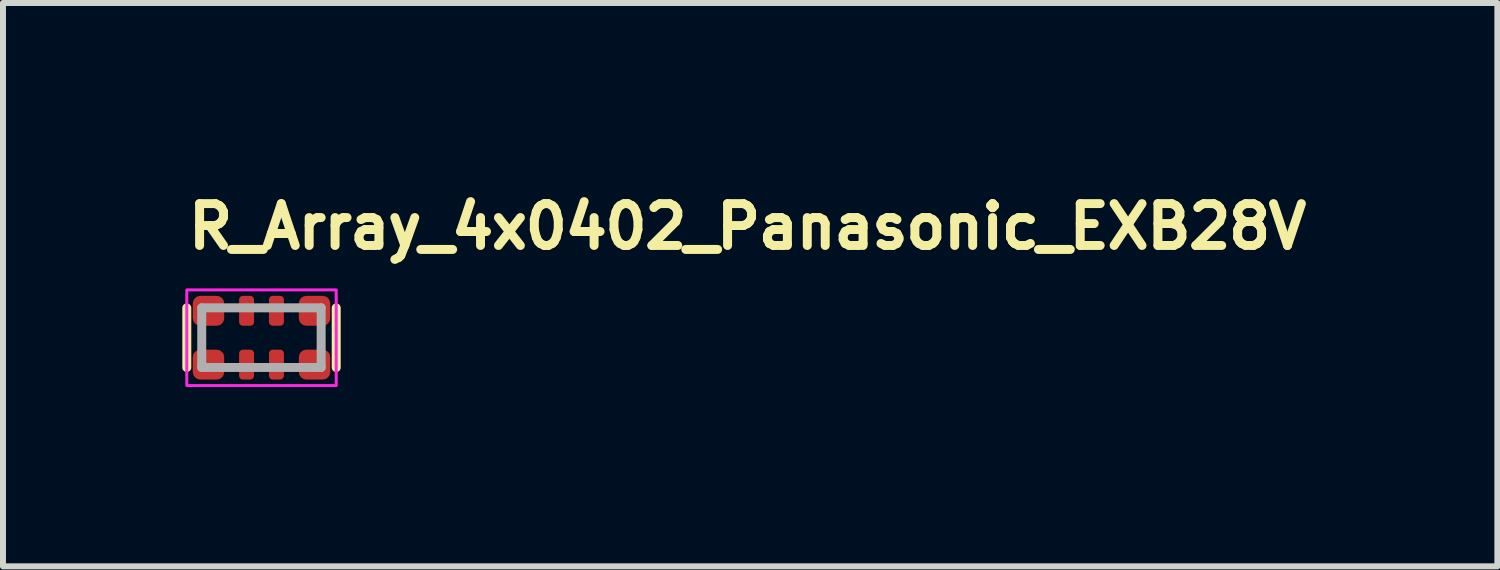
<source format=kicad_pcb>
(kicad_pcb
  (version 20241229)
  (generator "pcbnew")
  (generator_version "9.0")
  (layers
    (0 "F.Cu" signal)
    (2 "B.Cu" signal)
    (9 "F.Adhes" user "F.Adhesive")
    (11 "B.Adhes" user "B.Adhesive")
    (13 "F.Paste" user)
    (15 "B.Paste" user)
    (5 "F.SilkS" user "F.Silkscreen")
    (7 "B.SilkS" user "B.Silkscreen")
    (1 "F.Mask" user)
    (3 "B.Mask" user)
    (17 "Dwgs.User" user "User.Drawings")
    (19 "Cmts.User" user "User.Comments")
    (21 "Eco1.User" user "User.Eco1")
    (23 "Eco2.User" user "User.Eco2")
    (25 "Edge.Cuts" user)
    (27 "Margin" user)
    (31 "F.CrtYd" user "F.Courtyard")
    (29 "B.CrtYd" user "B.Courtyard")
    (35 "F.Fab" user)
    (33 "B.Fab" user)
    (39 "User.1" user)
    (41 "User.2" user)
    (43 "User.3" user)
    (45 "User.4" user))
  (footprint "R_Array_4x0402_Panasonic_EXB28V"
    (layer "F.Cu")
    (at 1.325 2.6)
    (property "Reference" "R_Array_4x0402_Panasonic_EXB28V" (at -1.301 -1.45 0) (layer "F.SilkS") (effects (font (size 0.7 0.7) (thickness 0.15)) (justify left bottom)))
    (attr smd)
    (fp_line (start -1.25 -0.5) (end -1.25 0.498) (stroke (width 0.15) (type solid)) (layer "F.SilkS"))
    (fp_line (start 1.25 0.499) (end 1.25 -0.499) (stroke (width 0.15) (type solid)) (layer "F.SilkS"))
    (fp_rect (start -1.25 -0.8) (end 1.25 0.8) (stroke (width 0.05) (type solid)) (fill no) (layer "F.CrtYd"))
    (fp_line (start -1 -0.5) (end 0.998 -0.5) (stroke (width 0.15) (type solid)) (layer "F.Fab"))
    (fp_line (start -1 0.498) (end -1 -0.5) (stroke (width 0.15) (type solid)) (layer "F.Fab"))
    (fp_line (start 0.998 -0.5) (end 0.998 0.498) (stroke (width 0.15) (type solid)) (layer "F.Fab"))
    (fp_line (start 0.998 0.498) (end -1 0.498) (stroke (width 0.15) (type solid)) (layer "F.Fab"))
    (fp_rect (start -1 -0.5) (end 0.998 0.498) (stroke (width 0.1) (type solid)) (fill no) (layer "User.5"))
    (fp_line (start -1 -0.5) (end -1 -0.295) (stroke (width 0.02) (type solid)) (layer "User.9"))
    (fp_line (start -1 -0.295) (end -1 -0.202) (stroke (width 0.02) (type solid)) (layer "User.9"))
    (fp_line (start -1 0.2) (end -1 0.293) (stroke (width 0.02) (type solid)) (layer "User.9"))
    (fp_line (start -1 0.293) (end -1 0.498) (stroke (width 0.02) (type solid)) (layer "User.9"))
    (fp_line (start -0.995 -0.295) (end -0.995 0.293) (stroke (width 0.02) (type solid)) (layer "User.9"))
    (fp_line (start -0.995 -0.202) (end -1 -0.202) (stroke (width 0.02) (type solid)) (layer "User.9"))
    (fp_line (start -0.995 0.2) (end -1 0.2) (stroke (width 0.02) (type solid)) (layer "User.9"))
    (fp_line (start -0.99 -0.295) (end -1 -0.295) (stroke (width 0.02) (type solid)) (layer "User.9"))
    (fp_line (start -0.99 -0.295) (end -0.99 0.293) (stroke (width 0.02) (type solid)) (layer "User.9"))
    (fp_line (start -0.99 0.293) (end -1 0.293) (stroke (width 0.02) (type solid)) (layer "User.9"))
    (fp_line (start -0.99 0.293) (end -0.6 0.293) (stroke (width 0.02) (type solid)) (layer "User.9"))
    (fp_line (start -0.982 -0.288) (end -0.99 -0.295) (stroke (width 0.02) (type solid)) (layer "User.9"))
    (fp_line (start -0.982 -0.288) (end -0.982 0.286) (stroke (width 0.02) (type solid)) (layer "User.9"))
    (fp_line (start -0.982 0.286) (end -0.99 0.293) (stroke (width 0.02) (type solid)) (layer "User.9"))
    (fp_line (start -0.982 0.286) (end 0.98 0.286) (stroke (width 0.02) (type solid)) (layer "User.9"))
    (fp_line (start -0.6 -0.5) (end -1 -0.5) (stroke (width 0.02) (type solid)) (layer "User.9"))
    (fp_line (start -0.6 -0.5) (end -0.6 -0.295) (stroke (width 0.02) (type solid)) (layer "User.9"))
    (fp_line (start -0.6 -0.295) (end -0.99 -0.295) (stroke (width 0.02) (type solid)) (layer "User.9"))
    (fp_line (start -0.6 0.293) (end -0.6 0.498) (stroke (width 0.02) (type solid)) (layer "User.9"))
    (fp_line (start -0.6 0.293) (end -0.402 0.293) (stroke (width 0.02) (type solid)) (layer "User.9"))
    (fp_line (start -0.6 0.298) (end -0.402 0.298) (stroke (width 0.02) (type solid)) (layer "User.9"))
    (fp_line (start -0.6 0.498) (end -1 0.498) (stroke (width 0.02) (type solid)) (layer "User.9"))
    (fp_line (start -0.402 -0.5) (end -0.402 -0.295) (stroke (width 0.02) (type solid)) (layer "User.9"))
    (fp_line (start -0.402 -0.3) (end -0.6 -0.3) (stroke (width 0.02) (type solid)) (layer "User.9"))
    (fp_line (start -0.402 -0.295) (end -0.6 -0.295) (stroke (width 0.02) (type solid)) (layer "User.9"))
    (fp_line (start -0.402 0.293) (end -0.402 0.498) (stroke (width 0.02) (type solid)) (layer "User.9"))
    (fp_line (start -0.102 -0.5) (end -0.402 -0.5) (stroke (width 0.02) (type solid)) (layer "User.9"))
    (fp_line (start -0.102 -0.5) (end -0.102 -0.295) (stroke (width 0.02) (type solid)) (layer "User.9"))
    (fp_line (start -0.102 -0.295) (end -0.402 -0.295) (stroke (width 0.02) (type solid)) (layer "User.9"))
    (fp_line (start -0.102 0.293) (end -0.402 0.293) (stroke (width 0.02) (type solid)) (layer "User.9"))
    (fp_line (start -0.102 0.293) (end -0.102 0.498) (stroke (width 0.02) (type solid)) (layer "User.9"))
    (fp_line (start -0.102 0.293) (end 0.1 0.293) (stroke (width 0.02) (type solid)) (layer "User.9"))
    (fp_line (start -0.102 0.298) (end 0.1 0.298) (stroke (width 0.02) (type solid)) (layer "User.9"))
    (fp_line (start -0.102 0.498) (end -0.402 0.498) (stroke (width 0.02) (type solid)) (layer "User.9"))
    (fp_line (start 0.1 -0.5) (end 0.1 -0.295) (stroke (width 0.02) (type solid)) (layer "User.9"))
    (fp_line (start 0.1 -0.3) (end -0.102 -0.3) (stroke (width 0.02) (type solid)) (layer "User.9"))
    (fp_line (start 0.1 -0.295) (end -0.102 -0.295) (stroke (width 0.02) (type solid)) (layer "User.9"))
    (fp_line (start 0.1 0.293) (end 0.1 0.498) (stroke (width 0.02) (type solid)) (layer "User.9"))
    (fp_line (start 0.4 -0.5) (end 0.1 -0.5) (stroke (width 0.02) (type solid)) (layer "User.9"))
    (fp_line (start 0.4 -0.5) (end 0.4 -0.295) (stroke (width 0.02) (type solid)) (layer "User.9"))
    (fp_line (start 0.4 -0.295) (end 0.1 -0.295) (stroke (width 0.02) (type solid)) (layer "User.9"))
    (fp_line (start 0.4 0.293) (end 0.1 0.293) (stroke (width 0.02) (type solid)) (layer "User.9"))
    (fp_line (start 0.4 0.293) (end 0.4 0.498) (stroke (width 0.02) (type solid)) (layer "User.9"))
    (fp_line (start 0.4 0.293) (end 0.598 0.293) (stroke (width 0.02) (type solid)) (layer "User.9"))
    (fp_line (start 0.4 0.298) (end 0.598 0.298) (stroke (width 0.02) (type solid)) (layer "User.9"))
    (fp_line (start 0.4 0.498) (end 0.1 0.498) (stroke (width 0.02) (type solid)) (layer "User.9"))
    (fp_line (start 0.598 -0.5) (end 0.598 -0.295) (stroke (width 0.02) (type solid)) (layer "User.9"))
    (fp_line (start 0.598 -0.5) (end 0.998 -0.5) (stroke (width 0.02) (type solid)) (layer "User.9"))
    (fp_line (start 0.598 -0.3) (end 0.4 -0.3) (stroke (width 0.02) (type solid)) (layer "User.9"))
    (fp_line (start 0.598 -0.295) (end 0.4 -0.295) (stroke (width 0.02) (type solid)) (layer "User.9"))
    (fp_line (start 0.598 0.293) (end 0.598 0.498) (stroke (width 0.02) (type solid)) (layer "User.9"))
    (fp_line (start 0.598 0.293) (end 0.988 0.293) (stroke (width 0.02) (type solid)) (layer "User.9"))
    (fp_line (start 0.598 0.498) (end 0.998 0.498) (stroke (width 0.02) (type solid)) (layer "User.9"))
    (fp_line (start 0.98 -0.288) (end -0.982 -0.288) (stroke (width 0.02) (type solid)) (layer "User.9"))
    (fp_line (start 0.98 -0.288) (end 0.988 -0.295) (stroke (width 0.02) (type solid)) (layer "User.9"))
    (fp_line (start 0.98 0.286) (end 0.98 -0.288) (stroke (width 0.02) (type solid)) (layer "User.9"))
    (fp_line (start 0.98 0.286) (end 0.988 0.293) (stroke (width 0.02) (type solid)) (layer "User.9"))
    (fp_line (start 0.988 -0.295) (end 0.598 -0.295) (stroke (width 0.02) (type solid)) (layer "User.9"))
    (fp_line (start 0.988 -0.295) (end 0.998 -0.295) (stroke (width 0.02) (type solid)) (layer "User.9"))
    (fp_line (start 0.988 0.293) (end 0.988 -0.295) (stroke (width 0.02) (type solid)) (layer "User.9"))
    (fp_line (start 0.988 0.293) (end 0.998 0.293) (stroke (width 0.02) (type solid)) (layer "User.9"))
    (fp_line (start 0.993 -0.202) (end 0.998 -0.202) (stroke (width 0.02) (type solid)) (layer "User.9"))
    (fp_line (start 0.993 0.2) (end 0.998 0.2) (stroke (width 0.02) (type solid)) (layer "User.9"))
    (fp_line (start 0.993 0.293) (end 0.993 -0.295) (stroke (width 0.02) (type solid)) (layer "User.9"))
    (fp_line (start 0.998 -0.5) (end 0.998 -0.295) (stroke (width 0.02) (type solid)) (layer "User.9"))
    (fp_line (start 0.998 -0.295) (end 0.998 -0.202) (stroke (width 0.02) (type solid)) (layer "User.9"))
    (fp_line (start 0.998 0.2) (end 0.998 0.293) (stroke (width 0.02) (type solid)) (layer "User.9"))
    (fp_line (start 0.998 0.293) (end 0.998 0.498) (stroke (width 0.02) (type solid)) (layer "User.9"))
    (pad "1" smd roundrect (at -0.887 0.45) (size 0.525 0.5) (layers "F.Cu" "F.Mask" "F.Paste") (roundrect_rratio 0.25))
    (pad "2" smd roundrect (at -0.25 0.45) (size 0.25 0.5) (layers "F.Cu" "F.Mask" "F.Paste") (roundrect_rratio 0.25))
    (pad "3" smd roundrect (at 0.25 0.45) (size 0.25 0.5) (layers "F.Cu" "F.Mask" "F.Paste") (roundrect_rratio 0.25))
    (pad "4" smd roundrect (at 0.887 0.45) (size 0.525 0.5) (layers "F.Cu" "F.Mask" "F.Paste") (roundrect_rratio 0.25))
    (pad "5" smd roundrect (at 0.887 -0.45) (size 0.525 0.5) (layers "F.Cu" "F.Mask" "F.Paste") (roundrect_rratio 0.25))
    (pad "6" smd roundrect (at 0.25 -0.45) (size 0.25 0.5) (layers "F.Cu" "F.Mask" "F.Paste") (roundrect_rratio 0.25))
    (pad "7" smd roundrect (at -0.25 -0.45) (size 0.25 0.5) (layers "F.Cu" "F.Mask" "F.Paste") (roundrect_rratio 0.25))
    (pad "8" smd roundrect (at -0.887 -0.45) (size 0.525 0.5) (layers "F.Cu" "F.Mask" "F.Paste") (roundrect_rratio 0.25)))
  (gr_rect
    (start -3 -3)
    (end 22.001 6.425)
    (stroke (width 0.1) (type default))
    (fill no)
    (layer "Edge.Cuts")))
</source>
